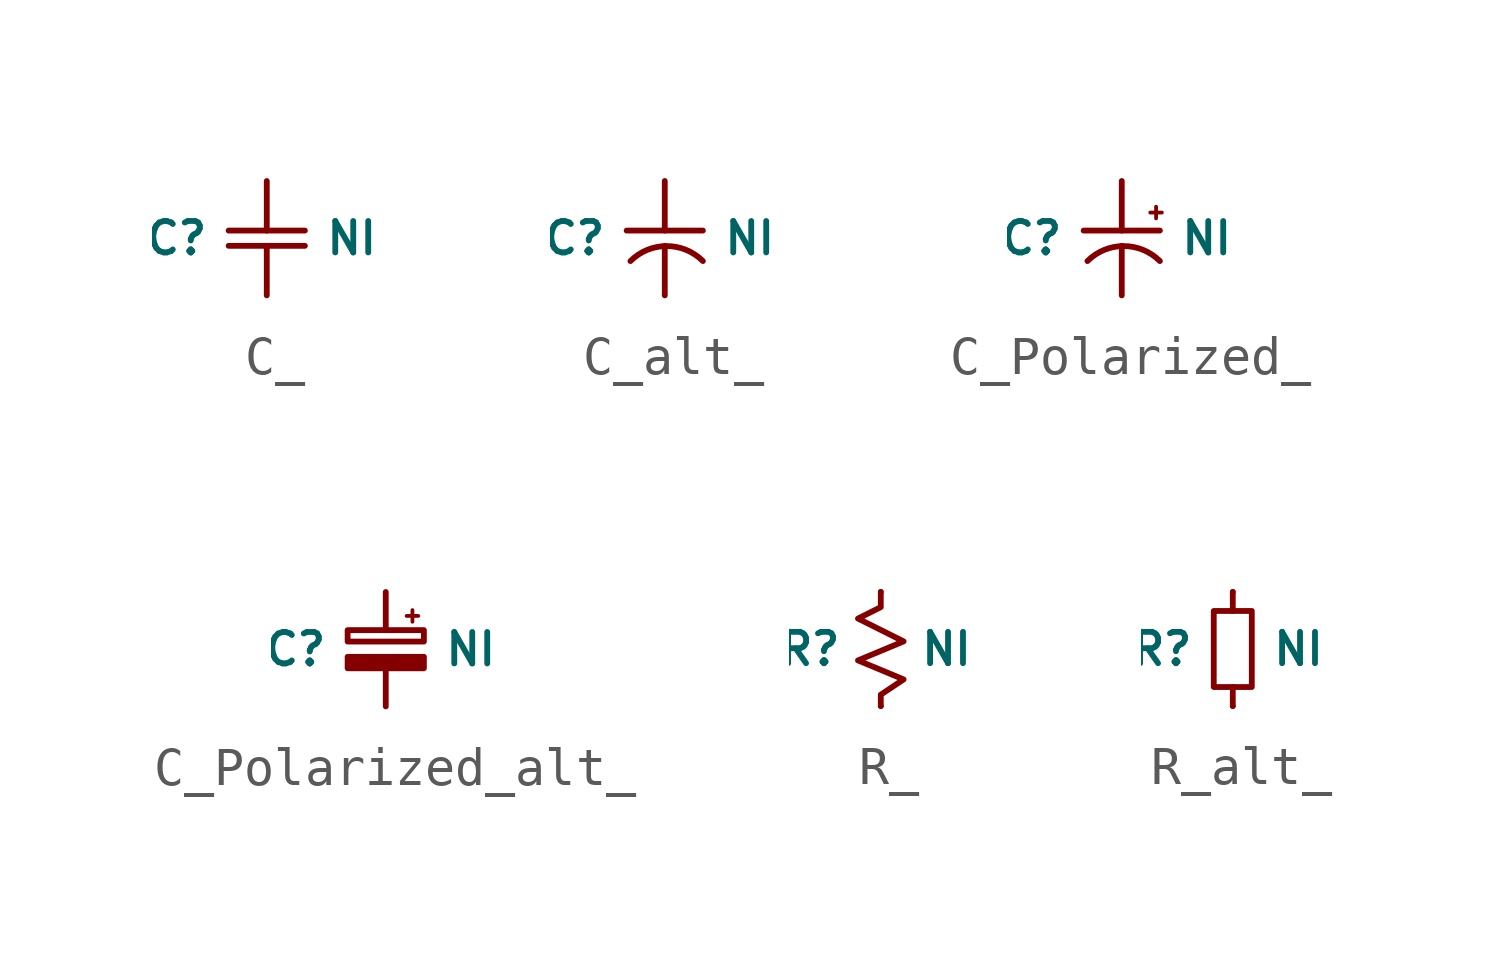
<source format=kicad_sym>
(kicad_symbol_lib
  (version 20241209)
  (generator "kicad_symbol_editor")
  (generator_version "9.0")
  (symbol "C_"
    (pin_numbers
      (hide yes))
    (pin_names
      (offset 0)
      (hide yes))
    (property "Reference" "C"
      (at -1.5 -1.5 0)
      (do_not_autoplace)
      (effects (font (size 0.825 0.825)) (justify right)))
    (property "Value" "NI"
      (at 1.5 -1.5 0)
      (do_not_autoplace)
      (effects (font (size 0.825 0.825)) (justify left)))
    (symbol "C__0_1"
      (polyline (pts (xy -1 -1.3) (xy 1 -1.3)) (stroke (width 0) (type default)) (fill (type none)))
      (polyline (pts (xy -1 -1.7) (xy 1 -1.7)) (stroke (width 0) (type default)) (fill (type none))))
    (symbol "C__1_1"
      (pin passive line (at 0 0 270) (length 1.3) (name "1" (effects (font (size 1.25 1.25)))) (number "1" (effects (font (size 1.25 1.25)))))
      (pin passive line (at 0 -3 90) (length 1.3) (name "1" (effects (font (size 1.25 1.25)))) (number "2" (effects (font (size 1.25 1.25)))))))
  (symbol "C_alt_"
    (pin_numbers
      (hide yes))
    (pin_names
      (offset 0)
      (hide yes))
    (property "Reference" "C"
      (at -1.5 -1.5 0)
      (do_not_autoplace)
      (effects (font (size 0.825 0.825)) (justify right)))
    (property "Value" "NI"
      (at 1.5 -1.5 0)
      (do_not_autoplace)
      (effects (font (size 0.825 0.825)) (justify left)))
    (symbol "C_alt__0_1"
      (polyline (pts (xy -1 -1.3) (xy 1 -1.3)) (stroke (width 0) (type default)) (fill (type none)))
      (arc (start -0.9 -2.1) (mid 0.05 -1.7065) (end 1 -2.1) (stroke (width 0) (type default)) (fill (type none))))
    (symbol "C_alt__1_1"
      (pin passive line (at 0 0 270) (length 1.3) (name "1" (effects (font (size 1.25 1.25)))) (number "1" (effects (font (size 1.25 1.25)))))
      (pin passive line (at 0 -3 90) (length 1.3) (name "2" (effects (font (size 1.25 1.25)))) (number "2" (effects (font (size 1.25 1.25)))))))
  (symbol "C_Polarized_"
    (pin_numbers
      (hide yes))
    (pin_names
      (offset 0)
      (hide yes))
    (property "Reference" "C"
      (at -1.5 -1.5 0)
      (do_not_autoplace)
      (effects (font (size 0.825 0.825)) (justify right)))
    (property "Value" "NI"
      (at 1.5 -1.5 0)
      (do_not_autoplace)
      (effects (font (size 0.825 0.825)) (justify left)))
    (symbol "C_Polarized__0_1"
      (polyline (pts (xy -1 -1.3) (xy 1 -1.3)) (stroke (width 0) (type default)) (fill (type none)))
      (arc (start -0.9 -2.1) (mid 0.05 -1.7065) (end 1 -2.1) (stroke (width 0) (type default)) (fill (type none))))
    (symbol "C_Polarized__1_1"
      (text "+" (at 0.9 -0.8 0) (effects (font (size 0.4 0.4))))
      (pin passive line (at 0 0 270) (length 1.3) (name "P" (effects (font (size 1.25 1.25)))) (number "P" (effects (font (size 1.25 1.25)))))
      (pin passive line (at 0 -3 90) (length 1.3) (name "N" (effects (font (size 1.25 1.25)))) (number "N" (effects (font (size 1.25 1.25)))))))
  (symbol "C_Polarized_alt_"
    (pin_numbers
      (hide yes))
    (pin_names
      (offset 0)
      (hide yes))
    (property "Reference" "C"
      (at -1.5 -1.5 0)
      (do_not_autoplace)
      (effects (font (size 0.825 0.825)) (justify right)))
    (property "Value" "NI"
      (at 1.5 -1.5 0)
      (do_not_autoplace)
      (effects (font (size 0.825 0.825)) (justify left)))
    (symbol "C_Polarized_alt__0_1"
      (rectangle (start -1 -1) (end 1 -1.3) (stroke (width 0) (type default)) (fill (type none))))
    (symbol "C_Polarized_alt__1_1"
      (rectangle (start -1 -1.7) (end 1 -2) (stroke (width 0) (type default)) (fill (type outline)))
      (text "+" (at 0.7 -0.6 0) (effects (font (size 0.4 0.4))))
      (pin passive line (at 0 0 270) (length 1) (name "P" (effects (font (size 1.25 1.25)))) (number "P" (effects (font (size 1.25 1.25)))))
      (pin passive line (at 0 -3 90) (length 1.1) (name "N" (effects (font (size 1.25 1.25)))) (number "N" (effects (font (size 1.25 1.25)))))))
  (symbol "R_"
    (pin_numbers
      (hide yes))
    (pin_names
      (offset 0)
      (hide yes))
    (property "Reference" "R"
      (at -1 -1.5 0)
      (do_not_autoplace)
      (effects (font (size 0.825 0.825)) (justify right)))
    (property "Value" "NI"
      (at 1 -1.5 0)
      (do_not_autoplace)
      (effects (font (size 0.825 0.825)) (justify left)))
    (symbol "R__0_1"
      (polyline (pts (xy 0 -3) (xy 0 -2.7) (xy 0.6 -2.3) (xy -0.6 -1.8) (xy 0.6 -1.3) (xy -0.6 -0.7) (xy 0 -0.4) (xy 0 0)) (stroke (width 0) (type default)) (fill (type none))))
    (symbol "R__1_1"
      (pin passive line (at 0 0 270) (length 0) (name "1" (effects (font (size 1.25 1.25)))) (number "1" (effects (font (size 1.25 1.25)))))
      (pin passive line (at 0 -3 90) (length 0) (name "1" (effects (font (size 1.25 1.25)))) (number "2" (effects (font (size 1.25 1.25)))))))
  (symbol "R_alt_"
    (pin_numbers
      (hide yes))
    (pin_names
      (offset 0)
      (hide yes))
    (property "Reference" "R"
      (at -1 -1.5 0)
      (do_not_autoplace)
      (effects (font (size 0.825 0.825)) (justify right)))
    (property "Value" "NI"
      (at 1 -1.5 0)
      (do_not_autoplace)
      (effects (font (size 0.825 0.825)) (justify left)))
    (symbol "R_alt__0_1"
      (polyline (pts (xy 0 0) (xy 0 -0.5) (xy -0.5 -0.5) (xy -0.5 -2.5) (xy 0 -2.5) (xy 0 -3)) (stroke (width 0) (type default)) (fill (type none)))
      (polyline (pts (xy 0 -2.5) (xy 0.5 -2.5) (xy 0.5 -0.5) (xy 0 -0.5)) (stroke (width 0) (type default)) (fill (type none))))
    (symbol "R_alt__1_1"
      (pin passive line (at 0 0 270) (length 0) (name "1" (effects (font (size 1.25 1.25)))) (number "1" (effects (font (size 1.25 1.25)))))
      (pin passive line (at 0 -3 90) (length 0) (name "1" (effects (font (size 1.25 1.25)))) (number "2" (effects (font (size 1.25 1.25))))))))
</source>
